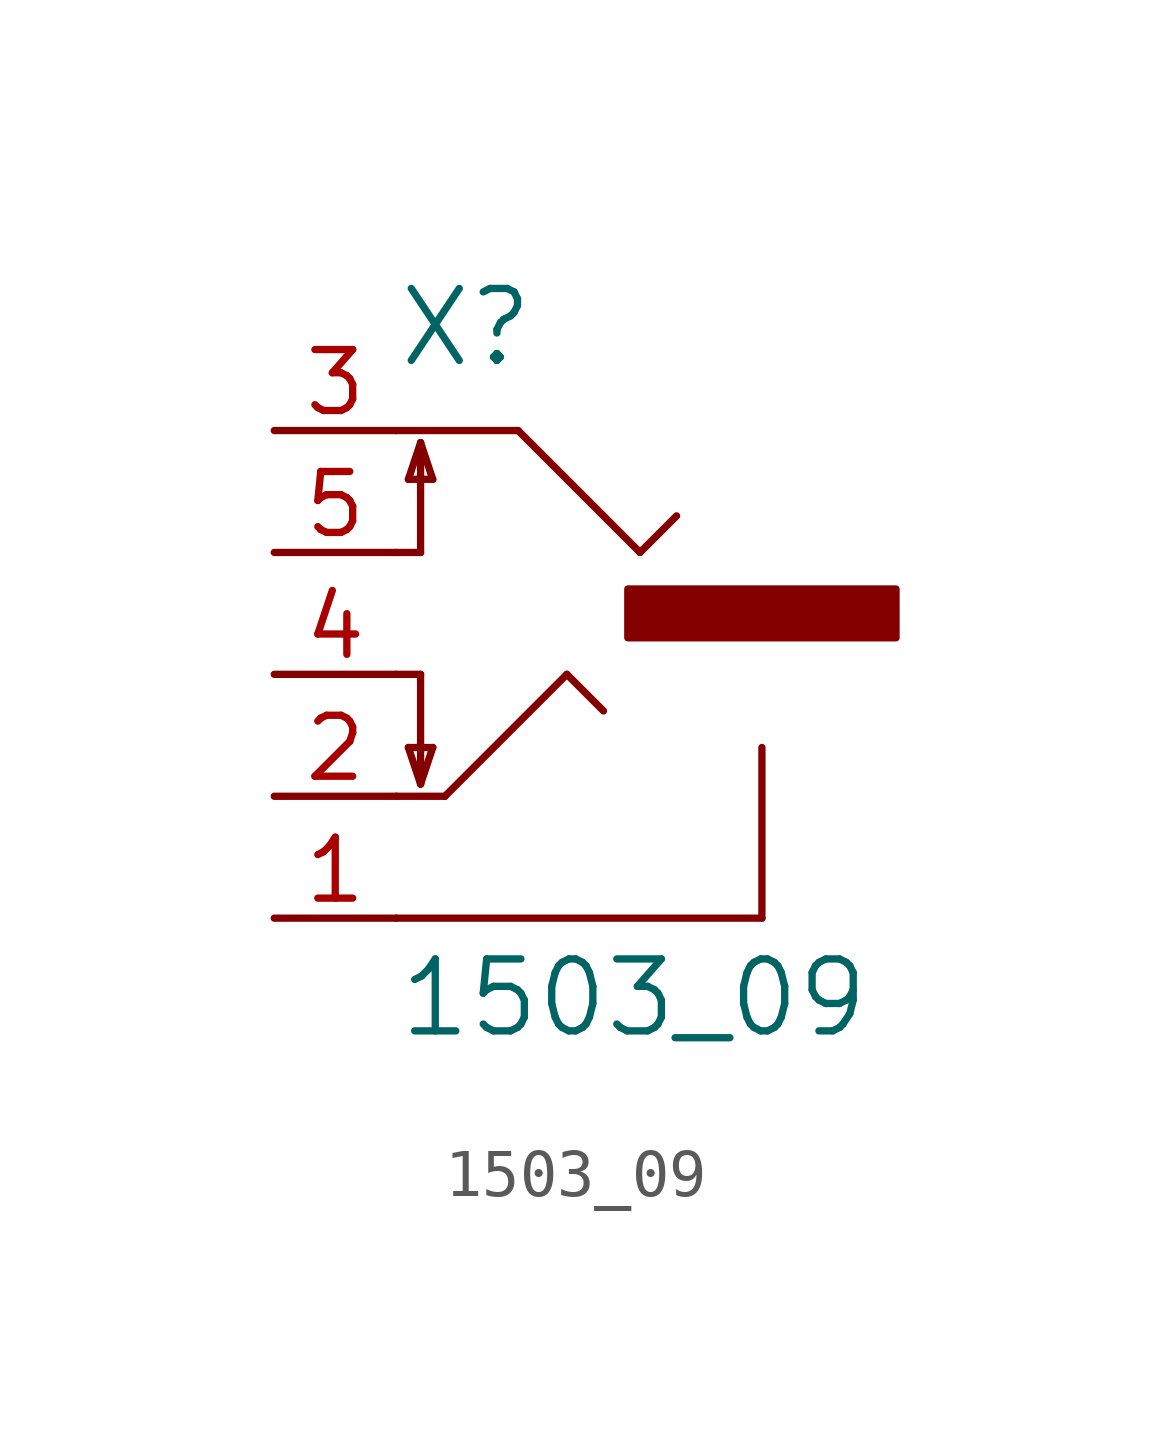
<source format=kicad_sym>
(kicad_symbol_lib
  (version 20211014)
  (generator kicad_symbol_editor)
  (symbol "1503_09"
    (pin_names
      (offset 1.016))
    (property "Reference" "X"
      (at -2.54 6.35 0)
      (effects (font (size 1.499 1.499)) (justify left bottom)))
    (property "Value" "1503_09"
      (at -2.54 -7.62 0)
      (effects (font (size 1.499 1.499)) (justify left bottom)))
    (property "ki_locked" ""
      (at 0 0 0)
      (effects (font (size 1.27 1.27))))
    (symbol "1503_09_1_0"
      (polyline (pts (xy -2.54 -5.08) (xy 5.08 -5.08)) (stroke (width 0) (type default) (color 0 0 0 0)) (fill (type none)))
      (polyline (pts (xy -2.54 -2.54) (xy -1.524 -2.54)) (stroke (width 0) (type default) (color 0 0 0 0)) (fill (type none)))
      (polyline (pts (xy -2.54 0) (xy -2.032 0)) (stroke (width 0) (type default) (color 0 0 0 0)) (fill (type none)))
      (polyline (pts (xy -2.54 2.54) (xy -2.032 2.54)) (stroke (width 0) (type default) (color 0 0 0 0)) (fill (type none)))
      (polyline (pts (xy -2.54 5.08) (xy 0 5.08)) (stroke (width 0) (type default) (color 0 0 0 0)) (fill (type none)))
      (polyline (pts (xy -2.286 -1.524) (xy -1.778 -1.524)) (stroke (width 0) (type default) (color 0 0 0 0)) (fill (type none)))
      (polyline (pts (xy -2.286 4.064) (xy -1.778 4.064)) (stroke (width 0) (type default) (color 0 0 0 0)) (fill (type none)))
      (polyline (pts (xy -2.032 -2.286) (xy -2.286 -1.524)) (stroke (width 0) (type default) (color 0 0 0 0)) (fill (type none)))
      (polyline (pts (xy -2.032 0) (xy -2.032 -2.286)) (stroke (width 0) (type default) (color 0 0 0 0)) (fill (type none)))
      (polyline (pts (xy -2.032 2.54) (xy -2.032 4.826)) (stroke (width 0) (type default) (color 0 0 0 0)) (fill (type none)))
      (polyline (pts (xy -2.032 4.826) (xy -2.286 4.064)) (stroke (width 0) (type default) (color 0 0 0 0)) (fill (type none)))
      (polyline (pts (xy -1.778 -1.524) (xy -2.032 -2.286)) (stroke (width 0) (type default) (color 0 0 0 0)) (fill (type none)))
      (polyline (pts (xy -1.778 4.064) (xy -2.032 4.826)) (stroke (width 0) (type default) (color 0 0 0 0)) (fill (type none)))
      (polyline (pts (xy -1.524 -2.54) (xy 1.016 0)) (stroke (width 0) (type default) (color 0 0 0 0)) (fill (type none)))
      (polyline (pts (xy 0 5.08) (xy 2.54 2.54)) (stroke (width 0) (type default) (color 0 0 0 0)) (fill (type none)))
      (polyline (pts (xy 1.016 0) (xy 1.778 -0.762)) (stroke (width 0) (type default) (color 0 0 0 0)) (fill (type none)))
      (polyline (pts (xy 2.54 2.54) (xy 3.302 3.302)) (stroke (width 0) (type default) (color 0 0 0 0)) (fill (type none)))
      (polyline (pts (xy 5.08 -5.08) (xy 5.08 -1.524)) (stroke (width 0) (type default) (color 0 0 0 0)) (fill (type none)))
      (rectangle (start 2.286 0.762) (end 7.874 1.778) (stroke (width 0) (type default) (color 0 0 0 0)) (fill (type outline)))
      (pin passive line (at -5.08 -5.08 0) (length 2.54) (name "1" (effects (font (size 0 0)))) (number "1" (effects (font (size 1.27 1.27)))))
      (pin passive line (at -5.08 -2.54 0) (length 2.54) (name "2" (effects (font (size 0 0)))) (number "2" (effects (font (size 1.27 1.27)))))
      (pin passive line (at -5.08 5.08 0) (length 2.54) (name "3" (effects (font (size 0 0)))) (number "3" (effects (font (size 1.27 1.27)))))
      (pin passive line (at -5.08 0 0) (length 2.54) (name "4" (effects (font (size 0 0)))) (number "4" (effects (font (size 1.27 1.27)))))
      (pin passive line (at -5.08 2.54 0) (length 2.54) (name "5" (effects (font (size 0 0)))) (number "5" (effects (font (size 1.27 1.27))))))))
</source>
